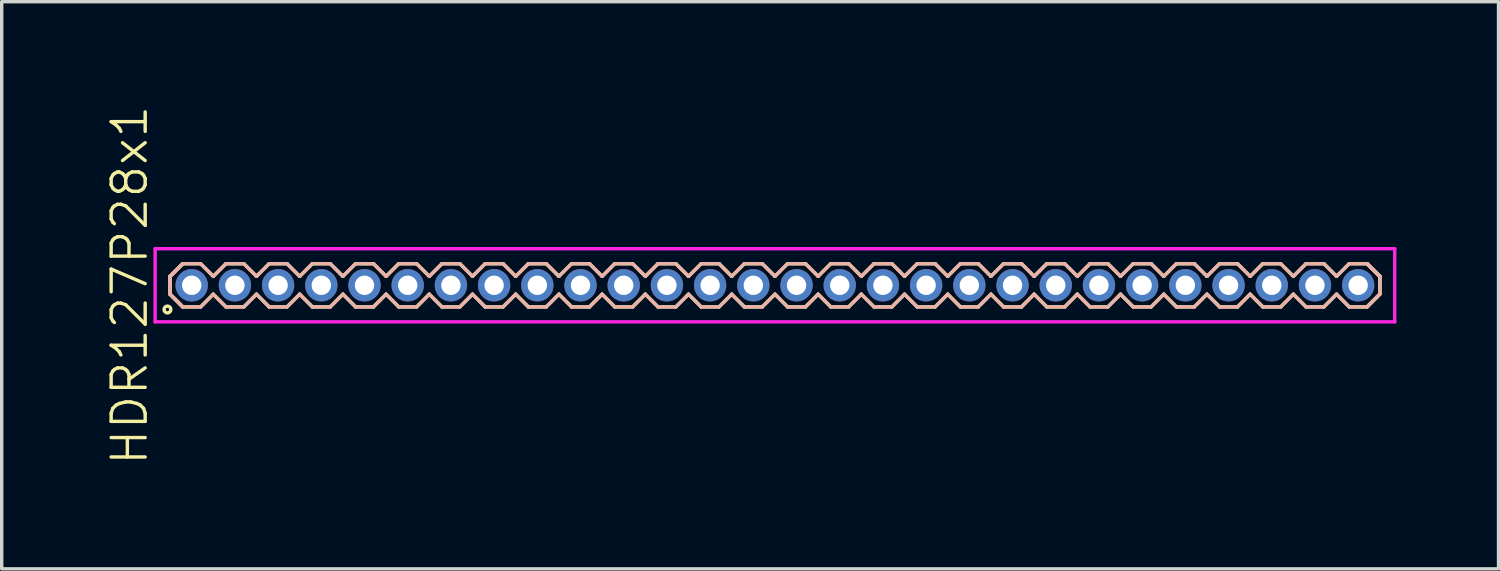
<source format=kicad_pcb>
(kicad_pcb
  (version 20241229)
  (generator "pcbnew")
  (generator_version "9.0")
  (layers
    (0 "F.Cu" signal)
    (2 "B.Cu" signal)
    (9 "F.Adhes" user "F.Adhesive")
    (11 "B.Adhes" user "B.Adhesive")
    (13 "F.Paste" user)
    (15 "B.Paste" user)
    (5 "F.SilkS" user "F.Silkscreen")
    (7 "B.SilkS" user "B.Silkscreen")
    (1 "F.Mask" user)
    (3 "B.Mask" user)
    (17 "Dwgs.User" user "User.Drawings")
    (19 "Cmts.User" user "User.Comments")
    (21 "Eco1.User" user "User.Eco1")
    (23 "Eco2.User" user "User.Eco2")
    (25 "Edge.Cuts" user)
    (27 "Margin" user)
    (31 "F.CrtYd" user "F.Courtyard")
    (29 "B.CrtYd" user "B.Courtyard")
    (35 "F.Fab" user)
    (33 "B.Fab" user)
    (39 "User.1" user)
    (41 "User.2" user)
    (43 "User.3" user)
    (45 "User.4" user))
  (footprint "HDR127P28x1"
    (layer "F.Cu")
    (at 19.73 5.336)
    (property "Reference" "HDR127P28x1" (at -18.97 0 90) (layer "F.SilkS") (effects (font (size 1 1) (thickness 0.1))))
    (attr through_hole)
    (fp_line (start -17.78 -0.263) (end -17.408 -0.635) (stroke (width 0.1) (type solid)) (layer "F.SilkS"))
    (fp_line (start -17.78 -0.263) (end -17.408 -0.635) (stroke (width 0.1) (type solid)) (layer "F.SilkS"))
    (fp_line (start -17.78 0.263) (end -17.78 -0.263) (stroke (width 0.1) (type solid)) (layer "F.SilkS"))
    (fp_line (start -17.78 0.263) (end -17.78 -0.263) (stroke (width 0.1) (type solid)) (layer "F.SilkS"))
    (fp_line (start -17.408 -0.635) (end -16.882 -0.635) (stroke (width 0.1) (type solid)) (layer "F.SilkS"))
    (fp_line (start -17.408 0.635) (end -17.78 0.263) (stroke (width 0.1) (type solid)) (layer "F.SilkS"))
    (fp_line (start -17.408 0.635) (end -17.78 0.263) (stroke (width 0.1) (type solid)) (layer "F.SilkS"))
    (fp_line (start -16.882 -0.635) (end -16.51 -0.263) (stroke (width 0.1) (type solid)) (layer "F.SilkS"))
    (fp_line (start -16.882 0.635) (end -17.408 0.635) (stroke (width 0.1) (type solid)) (layer "F.SilkS"))
    (fp_line (start -16.51 -0.263) (end -16.138 -0.635) (stroke (width 0.1) (type solid)) (layer "F.SilkS"))
    (fp_line (start -16.51 0.263) (end -16.882 0.635) (stroke (width 0.1) (type solid)) (layer "F.SilkS"))
    (fp_line (start -16.138 -0.635) (end -15.612 -0.635) (stroke (width 0.1) (type solid)) (layer "F.SilkS"))
    (fp_line (start -16.138 0.635) (end -16.51 0.263) (stroke (width 0.1) (type solid)) (layer "F.SilkS"))
    (fp_line (start -15.612 -0.635) (end -15.24 -0.263) (stroke (width 0.1) (type solid)) (layer "F.SilkS"))
    (fp_line (start -15.612 0.635) (end -16.138 0.635) (stroke (width 0.1) (type solid)) (layer "F.SilkS"))
    (fp_line (start -15.24 -0.263) (end -14.868 -0.635) (stroke (width 0.1) (type solid)) (layer "F.SilkS"))
    (fp_line (start -15.24 0.263) (end -15.612 0.635) (stroke (width 0.1) (type solid)) (layer "F.SilkS"))
    (fp_line (start -14.868 -0.635) (end -14.342 -0.635) (stroke (width 0.1) (type solid)) (layer "F.SilkS"))
    (fp_line (start -14.868 0.635) (end -15.24 0.263) (stroke (width 0.1) (type solid)) (layer "F.SilkS"))
    (fp_line (start -14.342 -0.635) (end -13.97 -0.263) (stroke (width 0.1) (type solid)) (layer "F.SilkS"))
    (fp_line (start -14.342 0.635) (end -14.868 0.635) (stroke (width 0.1) (type solid)) (layer "F.SilkS"))
    (fp_line (start -13.97 -0.263) (end -13.598 -0.635) (stroke (width 0.1) (type solid)) (layer "F.SilkS"))
    (fp_line (start -13.97 0.263) (end -14.342 0.635) (stroke (width 0.1) (type solid)) (layer "F.SilkS"))
    (fp_line (start -13.598 -0.635) (end -13.072 -0.635) (stroke (width 0.1) (type solid)) (layer "F.SilkS"))
    (fp_line (start -13.598 0.635) (end -13.97 0.263) (stroke (width 0.1) (type solid)) (layer "F.SilkS"))
    (fp_line (start -13.072 -0.635) (end -12.7 -0.263) (stroke (width 0.1) (type solid)) (layer "F.SilkS"))
    (fp_line (start -13.072 0.635) (end -13.598 0.635) (stroke (width 0.1) (type solid)) (layer "F.SilkS"))
    (fp_line (start -12.7 -0.263) (end -12.328 -0.635) (stroke (width 0.1) (type solid)) (layer "F.SilkS"))
    (fp_line (start -12.7 0.263) (end -13.072 0.635) (stroke (width 0.1) (type solid)) (layer "F.SilkS"))
    (fp_line (start -12.328 -0.635) (end -11.802 -0.635) (stroke (width 0.1) (type solid)) (layer "F.SilkS"))
    (fp_line (start -12.328 0.635) (end -12.7 0.263) (stroke (width 0.1) (type solid)) (layer "F.SilkS"))
    (fp_line (start -11.802 -0.635) (end -11.43 -0.263) (stroke (width 0.1) (type solid)) (layer "F.SilkS"))
    (fp_line (start -11.802 0.635) (end -12.328 0.635) (stroke (width 0.1) (type solid)) (layer "F.SilkS"))
    (fp_line (start -11.43 -0.263) (end -11.058 -0.635) (stroke (width 0.1) (type solid)) (layer "F.SilkS"))
    (fp_line (start -11.43 0.263) (end -11.802 0.635) (stroke (width 0.1) (type solid)) (layer "F.SilkS"))
    (fp_line (start -11.058 -0.635) (end -10.532 -0.635) (stroke (width 0.1) (type solid)) (layer "F.SilkS"))
    (fp_line (start -11.058 0.635) (end -11.43 0.263) (stroke (width 0.1) (type solid)) (layer "F.SilkS"))
    (fp_line (start -10.532 -0.635) (end -10.16 -0.263) (stroke (width 0.1) (type solid)) (layer "F.SilkS"))
    (fp_line (start -10.532 0.635) (end -11.058 0.635) (stroke (width 0.1) (type solid)) (layer "F.SilkS"))
    (fp_line (start -10.16 -0.263) (end -9.788 -0.635) (stroke (width 0.1) (type solid)) (layer "F.SilkS"))
    (fp_line (start -10.16 0.263) (end -10.532 0.635) (stroke (width 0.1) (type solid)) (layer "F.SilkS"))
    (fp_line (start -9.788 -0.635) (end -9.262 -0.635) (stroke (width 0.1) (type solid)) (layer "F.SilkS"))
    (fp_line (start -9.788 0.635) (end -10.16 0.263) (stroke (width 0.1) (type solid)) (layer "F.SilkS"))
    (fp_line (start -9.262 -0.635) (end -8.89 -0.263) (stroke (width 0.1) (type solid)) (layer "F.SilkS"))
    (fp_line (start -9.262 0.635) (end -9.788 0.635) (stroke (width 0.1) (type solid)) (layer "F.SilkS"))
    (fp_line (start -8.89 -0.263) (end -8.518 -0.635) (stroke (width 0.1) (type solid)) (layer "F.SilkS"))
    (fp_line (start -8.89 0.263) (end -9.262 0.635) (stroke (width 0.1) (type solid)) (layer "F.SilkS"))
    (fp_line (start -8.518 -0.635) (end -7.992 -0.635) (stroke (width 0.1) (type solid)) (layer "F.SilkS"))
    (fp_line (start -8.518 0.635) (end -8.89 0.263) (stroke (width 0.1) (type solid)) (layer "F.SilkS"))
    (fp_line (start -7.992 -0.635) (end -7.62 -0.263) (stroke (width 0.1) (type solid)) (layer "F.SilkS"))
    (fp_line (start -7.992 0.635) (end -8.518 0.635) (stroke (width 0.1) (type solid)) (layer "F.SilkS"))
    (fp_line (start -7.62 -0.263) (end -7.248 -0.635) (stroke (width 0.1) (type solid)) (layer "F.SilkS"))
    (fp_line (start -7.62 0.263) (end -7.992 0.635) (stroke (width 0.1) (type solid)) (layer "F.SilkS"))
    (fp_line (start -7.248 -0.635) (end -6.722 -0.635) (stroke (width 0.1) (type solid)) (layer "F.SilkS"))
    (fp_line (start -7.248 0.635) (end -7.62 0.263) (stroke (width 0.1) (type solid)) (layer "F.SilkS"))
    (fp_line (start -6.722 -0.635) (end -6.35 -0.263) (stroke (width 0.1) (type solid)) (layer "F.SilkS"))
    (fp_line (start -6.722 0.635) (end -7.248 0.635) (stroke (width 0.1) (type solid)) (layer "F.SilkS"))
    (fp_line (start -6.35 -0.263) (end -5.978 -0.635) (stroke (width 0.1) (type solid)) (layer "F.SilkS"))
    (fp_line (start -6.35 0.263) (end -6.722 0.635) (stroke (width 0.1) (type solid)) (layer "F.SilkS"))
    (fp_line (start -5.978 -0.635) (end -5.452 -0.635) (stroke (width 0.1) (type solid)) (layer "F.SilkS"))
    (fp_line (start -5.978 0.635) (end -6.35 0.263) (stroke (width 0.1) (type solid)) (layer "F.SilkS"))
    (fp_line (start -5.452 -0.635) (end -5.08 -0.263) (stroke (width 0.1) (type solid)) (layer "F.SilkS"))
    (fp_line (start -5.452 0.635) (end -5.978 0.635) (stroke (width 0.1) (type solid)) (layer "F.SilkS"))
    (fp_line (start -5.08 -0.263) (end -4.708 -0.635) (stroke (width 0.1) (type solid)) (layer "F.SilkS"))
    (fp_line (start -5.08 0.263) (end -5.452 0.635) (stroke (width 0.1) (type solid)) (layer "F.SilkS"))
    (fp_line (start -4.708 -0.635) (end -4.182 -0.635) (stroke (width 0.1) (type solid)) (layer "F.SilkS"))
    (fp_line (start -4.708 0.635) (end -5.08 0.263) (stroke (width 0.1) (type solid)) (layer "F.SilkS"))
    (fp_line (start -4.182 -0.635) (end -3.81 -0.263) (stroke (width 0.1) (type solid)) (layer "F.SilkS"))
    (fp_line (start -4.182 0.635) (end -4.708 0.635) (stroke (width 0.1) (type solid)) (layer "F.SilkS"))
    (fp_line (start -3.81 -0.263) (end -3.438 -0.635) (stroke (width 0.1) (type solid)) (layer "F.SilkS"))
    (fp_line (start -3.81 0.263) (end -4.182 0.635) (stroke (width 0.1) (type solid)) (layer "F.SilkS"))
    (fp_line (start -3.438 -0.635) (end -2.912 -0.635) (stroke (width 0.1) (type solid)) (layer "F.SilkS"))
    (fp_line (start -3.438 0.635) (end -3.81 0.263) (stroke (width 0.1) (type solid)) (layer "F.SilkS"))
    (fp_line (start -2.912 -0.635) (end -2.54 -0.263) (stroke (width 0.1) (type solid)) (layer "F.SilkS"))
    (fp_line (start -2.912 0.635) (end -3.438 0.635) (stroke (width 0.1) (type solid)) (layer "F.SilkS"))
    (fp_line (start -2.54 -0.263) (end -2.168 -0.635) (stroke (width 0.1) (type solid)) (layer "F.SilkS"))
    (fp_line (start -2.54 0.263) (end -2.912 0.635) (stroke (width 0.1) (type solid)) (layer "F.SilkS"))
    (fp_line (start -2.168 -0.635) (end -1.642 -0.635) (stroke (width 0.1) (type solid)) (layer "F.SilkS"))
    (fp_line (start -2.168 0.635) (end -2.54 0.263) (stroke (width 0.1) (type solid)) (layer "F.SilkS"))
    (fp_line (start -1.642 -0.635) (end -1.27 -0.263) (stroke (width 0.1) (type solid)) (layer "F.SilkS"))
    (fp_line (start -1.642 0.635) (end -2.168 0.635) (stroke (width 0.1) (type solid)) (layer "F.SilkS"))
    (fp_line (start -1.27 -0.263) (end -0.898 -0.635) (stroke (width 0.1) (type solid)) (layer "F.SilkS"))
    (fp_line (start -1.27 0.263) (end -1.642 0.635) (stroke (width 0.1) (type solid)) (layer "F.SilkS"))
    (fp_line (start -0.898 -0.635) (end -0.372 -0.635) (stroke (width 0.1) (type solid)) (layer "F.SilkS"))
    (fp_line (start -0.898 0.635) (end -1.27 0.263) (stroke (width 0.1) (type solid)) (layer "F.SilkS"))
    (fp_line (start -0.372 -0.635) (end 0 -0.263) (stroke (width 0.1) (type solid)) (layer "F.SilkS"))
    (fp_line (start -0.372 0.635) (end -0.898 0.635) (stroke (width 0.1) (type solid)) (layer "F.SilkS"))
    (fp_line (start 0 -0.263) (end 0.372 -0.635) (stroke (width 0.1) (type solid)) (layer "F.SilkS"))
    (fp_line (start 0 0.263) (end -0.372 0.635) (stroke (width 0.1) (type solid)) (layer "F.SilkS"))
    (fp_line (start 0.372 -0.635) (end 0.898 -0.635) (stroke (width 0.1) (type solid)) (layer "F.SilkS"))
    (fp_line (start 0.372 0.635) (end 0 0.263) (stroke (width 0.1) (type solid)) (layer "F.SilkS"))
    (fp_line (start 0.898 -0.635) (end 1.27 -0.263) (stroke (width 0.1) (type solid)) (layer "F.SilkS"))
    (fp_line (start 0.898 0.635) (end 0.372 0.635) (stroke (width 0.1) (type solid)) (layer "F.SilkS"))
    (fp_line (start 1.27 -0.263) (end 1.642 -0.635) (stroke (width 0.1) (type solid)) (layer "F.SilkS"))
    (fp_line (start 1.27 0.263) (end 0.898 0.635) (stroke (width 0.1) (type solid)) (layer "F.SilkS"))
    (fp_line (start 1.642 -0.635) (end 2.168 -0.635) (stroke (width 0.1) (type solid)) (layer "F.SilkS"))
    (fp_line (start 1.642 0.635) (end 1.27 0.263) (stroke (width 0.1) (type solid)) (layer "F.SilkS"))
    (fp_line (start 2.168 -0.635) (end 2.54 -0.263) (stroke (width 0.1) (type solid)) (layer "F.SilkS"))
    (fp_line (start 2.168 0.635) (end 1.642 0.635) (stroke (width 0.1) (type solid)) (layer "F.SilkS"))
    (fp_line (start 2.54 -0.263) (end 2.912 -0.635) (stroke (width 0.1) (type solid)) (layer "F.SilkS"))
    (fp_line (start 2.54 0.263) (end 2.168 0.635) (stroke (width 0.1) (type solid)) (layer "F.SilkS"))
    (fp_line (start 2.912 -0.635) (end 3.438 -0.635) (stroke (width 0.1) (type solid)) (layer "F.SilkS"))
    (fp_line (start 2.912 0.635) (end 2.54 0.263) (stroke (width 0.1) (type solid)) (layer "F.SilkS"))
    (fp_line (start 3.438 -0.635) (end 3.81 -0.263) (stroke (width 0.1) (type solid)) (layer "F.SilkS"))
    (fp_line (start 3.438 0.635) (end 2.912 0.635) (stroke (width 0.1) (type solid)) (layer "F.SilkS"))
    (fp_line (start 3.81 -0.263) (end 4.182 -0.635) (stroke (width 0.1) (type solid)) (layer "F.SilkS"))
    (fp_line (start 3.81 0.263) (end 3.438 0.635) (stroke (width 0.1) (type solid)) (layer "F.SilkS"))
    (fp_line (start 4.182 -0.635) (end 4.708 -0.635) (stroke (width 0.1) (type solid)) (layer "F.SilkS"))
    (fp_line (start 4.182 0.635) (end 3.81 0.263) (stroke (width 0.1) (type solid)) (layer "F.SilkS"))
    (fp_line (start 4.708 -0.635) (end 5.08 -0.263) (stroke (width 0.1) (type solid)) (layer "F.SilkS"))
    (fp_line (start 4.708 0.635) (end 4.182 0.635) (stroke (width 0.1) (type solid)) (layer "F.SilkS"))
    (fp_line (start 5.08 -0.263) (end 5.452 -0.635) (stroke (width 0.1) (type solid)) (layer "F.SilkS"))
    (fp_line (start 5.08 0.263) (end 4.708 0.635) (stroke (width 0.1) (type solid)) (layer "F.SilkS"))
    (fp_line (start 5.452 -0.635) (end 5.978 -0.635) (stroke (width 0.1) (type solid)) (layer "F.SilkS"))
    (fp_line (start 5.452 0.635) (end 5.08 0.263) (stroke (width 0.1) (type solid)) (layer "F.SilkS"))
    (fp_line (start 5.978 -0.635) (end 6.35 -0.263) (stroke (width 0.1) (type solid)) (layer "F.SilkS"))
    (fp_line (start 5.978 0.635) (end 5.452 0.635) (stroke (width 0.1) (type solid)) (layer "F.SilkS"))
    (fp_line (start 6.35 -0.263) (end 6.722 -0.635) (stroke (width 0.1) (type solid)) (layer "F.SilkS"))
    (fp_line (start 6.35 0.263) (end 5.978 0.635) (stroke (width 0.1) (type solid)) (layer "F.SilkS"))
    (fp_line (start 6.722 -0.635) (end 7.248 -0.635) (stroke (width 0.1) (type solid)) (layer "F.SilkS"))
    (fp_line (start 6.722 0.635) (end 6.35 0.263) (stroke (width 0.1) (type solid)) (layer "F.SilkS"))
    (fp_line (start 7.248 -0.635) (end 7.62 -0.263) (stroke (width 0.1) (type solid)) (layer "F.SilkS"))
    (fp_line (start 7.248 0.635) (end 6.722 0.635) (stroke (width 0.1) (type solid)) (layer "F.SilkS"))
    (fp_line (start 7.62 -0.263) (end 7.992 -0.635) (stroke (width 0.1) (type solid)) (layer "F.SilkS"))
    (fp_line (start 7.62 0.263) (end 7.248 0.635) (stroke (width 0.1) (type solid)) (layer "F.SilkS"))
    (fp_line (start 7.992 -0.635) (end 8.518 -0.635) (stroke (width 0.1) (type solid)) (layer "F.SilkS"))
    (fp_line (start 7.992 0.635) (end 7.62 0.263) (stroke (width 0.1) (type solid)) (layer "F.SilkS"))
    (fp_line (start 8.518 -0.635) (end 8.89 -0.263) (stroke (width 0.1) (type solid)) (layer "F.SilkS"))
    (fp_line (start 8.518 0.635) (end 7.992 0.635) (stroke (width 0.1) (type solid)) (layer "F.SilkS"))
    (fp_line (start 8.89 -0.263) (end 9.262 -0.635) (stroke (width 0.1) (type solid)) (layer "F.SilkS"))
    (fp_line (start 8.89 0.263) (end 8.518 0.635) (stroke (width 0.1) (type solid)) (layer "F.SilkS"))
    (fp_line (start 9.262 -0.635) (end 9.788 -0.635) (stroke (width 0.1) (type solid)) (layer "F.SilkS"))
    (fp_line (start 9.262 0.635) (end 8.89 0.263) (stroke (width 0.1) (type solid)) (layer "F.SilkS"))
    (fp_line (start 9.788 -0.635) (end 10.16 -0.263) (stroke (width 0.1) (type solid)) (layer "F.SilkS"))
    (fp_line (start 9.788 0.635) (end 9.262 0.635) (stroke (width 0.1) (type solid)) (layer "F.SilkS"))
    (fp_line (start 10.16 -0.263) (end 10.532 -0.635) (stroke (width 0.1) (type solid)) (layer "F.SilkS"))
    (fp_line (start 10.16 0.263) (end 9.788 0.635) (stroke (width 0.1) (type solid)) (layer "F.SilkS"))
    (fp_line (start 10.532 -0.635) (end 11.058 -0.635) (stroke (width 0.1) (type solid)) (layer "F.SilkS"))
    (fp_line (start 10.532 0.635) (end 10.16 0.263) (stroke (width 0.1) (type solid)) (layer "F.SilkS"))
    (fp_line (start 11.058 -0.635) (end 11.43 -0.263) (stroke (width 0.1) (type solid)) (layer "F.SilkS"))
    (fp_line (start 11.058 0.635) (end 10.532 0.635) (stroke (width 0.1) (type solid)) (layer "F.SilkS"))
    (fp_line (start 11.43 -0.263) (end 11.802 -0.635) (stroke (width 0.1) (type solid)) (layer "F.SilkS"))
    (fp_line (start 11.43 0.263) (end 11.058 0.635) (stroke (width 0.1) (type solid)) (layer "F.SilkS"))
    (fp_line (start 11.802 -0.635) (end 12.328 -0.635) (stroke (width 0.1) (type solid)) (layer "F.SilkS"))
    (fp_line (start 11.802 0.635) (end 11.43 0.263) (stroke (width 0.1) (type solid)) (layer "F.SilkS"))
    (fp_line (start 12.328 -0.635) (end 12.7 -0.263) (stroke (width 0.1) (type solid)) (layer "F.SilkS"))
    (fp_line (start 12.328 0.635) (end 11.802 0.635) (stroke (width 0.1) (type solid)) (layer "F.SilkS"))
    (fp_line (start 12.7 -0.263) (end 13.072 -0.635) (stroke (width 0.1) (type solid)) (layer "F.SilkS"))
    (fp_line (start 12.7 0.263) (end 12.328 0.635) (stroke (width 0.1) (type solid)) (layer "F.SilkS"))
    (fp_line (start 13.072 -0.635) (end 13.598 -0.635) (stroke (width 0.1) (type solid)) (layer "F.SilkS"))
    (fp_line (start 13.072 0.635) (end 12.7 0.263) (stroke (width 0.1) (type solid)) (layer "F.SilkS"))
    (fp_line (start 13.598 -0.635) (end 13.97 -0.263) (stroke (width 0.1) (type solid)) (layer "F.SilkS"))
    (fp_line (start 13.598 0.635) (end 13.072 0.635) (stroke (width 0.1) (type solid)) (layer "F.SilkS"))
    (fp_line (start 13.97 -0.263) (end 14.342 -0.635) (stroke (width 0.1) (type solid)) (layer "F.SilkS"))
    (fp_line (start 13.97 0.263) (end 13.598 0.635) (stroke (width 0.1) (type solid)) (layer "F.SilkS"))
    (fp_line (start 14.342 -0.635) (end 14.868 -0.635) (stroke (width 0.1) (type solid)) (layer "F.SilkS"))
    (fp_line (start 14.342 0.635) (end 13.97 0.263) (stroke (width 0.1) (type solid)) (layer "F.SilkS"))
    (fp_line (start 14.868 -0.635) (end 15.24 -0.263) (stroke (width 0.1) (type solid)) (layer "F.SilkS"))
    (fp_line (start 14.868 0.635) (end 14.342 0.635) (stroke (width 0.1) (type solid)) (layer "F.SilkS"))
    (fp_line (start 15.24 -0.263) (end 15.612 -0.635) (stroke (width 0.1) (type solid)) (layer "F.SilkS"))
    (fp_line (start 15.24 0.263) (end 14.868 0.635) (stroke (width 0.1) (type solid)) (layer "F.SilkS"))
    (fp_line (start 15.612 -0.635) (end 16.138 -0.635) (stroke (width 0.1) (type solid)) (layer "F.SilkS"))
    (fp_line (start 15.612 0.635) (end 15.24 0.263) (stroke (width 0.1) (type solid)) (layer "F.SilkS"))
    (fp_line (start 16.138 -0.635) (end 16.51 -0.263) (stroke (width 0.1) (type solid)) (layer "F.SilkS"))
    (fp_line (start 16.138 0.635) (end 15.612 0.635) (stroke (width 0.1) (type solid)) (layer "F.SilkS"))
    (fp_line (start 16.51 -0.263) (end 16.882 -0.635) (stroke (width 0.1) (type solid)) (layer "F.SilkS"))
    (fp_line (start 16.51 0.263) (end 16.138 0.635) (stroke (width 0.1) (type solid)) (layer "F.SilkS"))
    (fp_line (start 16.882 -0.635) (end 17.408 -0.635) (stroke (width 0.1) (type solid)) (layer "F.SilkS"))
    (fp_line (start 16.882 0.635) (end 16.51 0.263) (stroke (width 0.1) (type solid)) (layer "F.SilkS"))
    (fp_line (start 17.408 -0.635) (end 17.78 -0.263) (stroke (width 0.1) (type solid)) (layer "F.SilkS"))
    (fp_line (start 17.408 -0.635) (end 17.78 -0.263) (stroke (width 0.1) (type solid)) (layer "F.SilkS"))
    (fp_line (start 17.408 0.635) (end 16.882 0.635) (stroke (width 0.1) (type solid)) (layer "F.SilkS"))
    (fp_line (start 17.78 -0.263) (end 17.78 0.263) (stroke (width 0.1) (type solid)) (layer "F.SilkS"))
    (fp_line (start 17.78 -0.263) (end 17.78 0.263) (stroke (width 0.1) (type solid)) (layer "F.SilkS"))
    (fp_line (start 17.78 0.263) (end 17.408 0.635) (stroke (width 0.1) (type solid)) (layer "F.SilkS"))
    (fp_line (start 17.78 0.263) (end 17.408 0.635) (stroke (width 0.1) (type solid)) (layer "F.SilkS"))
    (fp_circle (center -17.858 0.712) (end -17.758 0.712) (stroke (width 0.1) (type solid)) (fill no) (layer "F.SilkS"))
    (fp_line (start -17.78 -0.263) (end -17.408 -0.635) (stroke (width 0.1) (type solid)) (layer "B.SilkS"))
    (fp_line (start -17.78 -0.263) (end -17.408 -0.635) (stroke (width 0.1) (type solid)) (layer "B.SilkS"))
    (fp_line (start -17.78 0.263) (end -17.78 -0.263) (stroke (width 0.1) (type solid)) (layer "B.SilkS"))
    (fp_line (start -17.78 0.263) (end -17.78 -0.263) (stroke (width 0.1) (type solid)) (layer "B.SilkS"))
    (fp_line (start -17.408 -0.635) (end -16.882 -0.635) (stroke (width 0.1) (type solid)) (layer "B.SilkS"))
    (fp_line (start -17.408 0.635) (end -17.78 0.263) (stroke (width 0.1) (type solid)) (layer "B.SilkS"))
    (fp_line (start -17.408 0.635) (end -17.78 0.263) (stroke (width 0.1) (type solid)) (layer "B.SilkS"))
    (fp_line (start -16.882 -0.635) (end -16.51 -0.263) (stroke (width 0.1) (type solid)) (layer "B.SilkS"))
    (fp_line (start -16.882 0.635) (end -17.408 0.635) (stroke (width 0.1) (type solid)) (layer "B.SilkS"))
    (fp_line (start -16.51 -0.263) (end -16.138 -0.635) (stroke (width 0.1) (type solid)) (layer "B.SilkS"))
    (fp_line (start -16.51 0.263) (end -16.882 0.635) (stroke (width 0.1) (type solid)) (layer "B.SilkS"))
    (fp_line (start -16.138 -0.635) (end -15.612 -0.635) (stroke (width 0.1) (type solid)) (layer "B.SilkS"))
    (fp_line (start -16.138 0.635) (end -16.51 0.263) (stroke (width 0.1) (type solid)) (layer "B.SilkS"))
    (fp_line (start -15.612 -0.635) (end -15.24 -0.263) (stroke (width 0.1) (type solid)) (layer "B.SilkS"))
    (fp_line (start -15.612 0.635) (end -16.138 0.635) (stroke (width 0.1) (type solid)) (layer "B.SilkS"))
    (fp_line (start -15.24 -0.263) (end -14.868 -0.635) (stroke (width 0.1) (type solid)) (layer "B.SilkS"))
    (fp_line (start -15.24 0.263) (end -15.612 0.635) (stroke (width 0.1) (type solid)) (layer "B.SilkS"))
    (fp_line (start -14.868 -0.635) (end -14.342 -0.635) (stroke (width 0.1) (type solid)) (layer "B.SilkS"))
    (fp_line (start -14.868 0.635) (end -15.24 0.263) (stroke (width 0.1) (type solid)) (layer "B.SilkS"))
    (fp_line (start -14.342 -0.635) (end -13.97 -0.263) (stroke (width 0.1) (type solid)) (layer "B.SilkS"))
    (fp_line (start -14.342 0.635) (end -14.868 0.635) (stroke (width 0.1) (type solid)) (layer "B.SilkS"))
    (fp_line (start -13.97 -0.263) (end -13.598 -0.635) (stroke (width 0.1) (type solid)) (layer "B.SilkS"))
    (fp_line (start -13.97 0.263) (end -14.342 0.635) (stroke (width 0.1) (type solid)) (layer "B.SilkS"))
    (fp_line (start -13.598 -0.635) (end -13.072 -0.635) (stroke (width 0.1) (type solid)) (layer "B.SilkS"))
    (fp_line (start -13.598 0.635) (end -13.97 0.263) (stroke (width 0.1) (type solid)) (layer "B.SilkS"))
    (fp_line (start -13.072 -0.635) (end -12.7 -0.263) (stroke (width 0.1) (type solid)) (layer "B.SilkS"))
    (fp_line (start -13.072 0.635) (end -13.598 0.635) (stroke (width 0.1) (type solid)) (layer "B.SilkS"))
    (fp_line (start -12.7 -0.263) (end -12.328 -0.635) (stroke (width 0.1) (type solid)) (layer "B.SilkS"))
    (fp_line (start -12.7 0.263) (end -13.072 0.635) (stroke (width 0.1) (type solid)) (layer "B.SilkS"))
    (fp_line (start -12.328 -0.635) (end -11.802 -0.635) (stroke (width 0.1) (type solid)) (layer "B.SilkS"))
    (fp_line (start -12.328 0.635) (end -12.7 0.263) (stroke (width 0.1) (type solid)) (layer "B.SilkS"))
    (fp_line (start -11.802 -0.635) (end -11.43 -0.263) (stroke (width 0.1) (type solid)) (layer "B.SilkS"))
    (fp_line (start -11.802 0.635) (end -12.328 0.635) (stroke (width 0.1) (type solid)) (layer "B.SilkS"))
    (fp_line (start -11.43 -0.263) (end -11.058 -0.635) (stroke (width 0.1) (type solid)) (layer "B.SilkS"))
    (fp_line (start -11.43 0.263) (end -11.802 0.635) (stroke (width 0.1) (type solid)) (layer "B.SilkS"))
    (fp_line (start -11.058 -0.635) (end -10.532 -0.635) (stroke (width 0.1) (type solid)) (layer "B.SilkS"))
    (fp_line (start -11.058 0.635) (end -11.43 0.263) (stroke (width 0.1) (type solid)) (layer "B.SilkS"))
    (fp_line (start -10.532 -0.635) (end -10.16 -0.263) (stroke (width 0.1) (type solid)) (layer "B.SilkS"))
    (fp_line (start -10.532 0.635) (end -11.058 0.635) (stroke (width 0.1) (type solid)) (layer "B.SilkS"))
    (fp_line (start -10.16 -0.263) (end -9.788 -0.635) (stroke (width 0.1) (type solid)) (layer "B.SilkS"))
    (fp_line (start -10.16 0.263) (end -10.532 0.635) (stroke (width 0.1) (type solid)) (layer "B.SilkS"))
    (fp_line (start -9.788 -0.635) (end -9.262 -0.635) (stroke (width 0.1) (type solid)) (layer "B.SilkS"))
    (fp_line (start -9.788 0.635) (end -10.16 0.263) (stroke (width 0.1) (type solid)) (layer "B.SilkS"))
    (fp_line (start -9.262 -0.635) (end -8.89 -0.263) (stroke (width 0.1) (type solid)) (layer "B.SilkS"))
    (fp_line (start -9.262 0.635) (end -9.788 0.635) (stroke (width 0.1) (type solid)) (layer "B.SilkS"))
    (fp_line (start -8.89 -0.263) (end -8.518 -0.635) (stroke (width 0.1) (type solid)) (layer "B.SilkS"))
    (fp_line (start -8.89 0.263) (end -9.262 0.635) (stroke (width 0.1) (type solid)) (layer "B.SilkS"))
    (fp_line (start -8.518 -0.635) (end -7.992 -0.635) (stroke (width 0.1) (type solid)) (layer "B.SilkS"))
    (fp_line (start -8.518 0.635) (end -8.89 0.263) (stroke (width 0.1) (type solid)) (layer "B.SilkS"))
    (fp_line (start -7.992 -0.635) (end -7.62 -0.263) (stroke (width 0.1) (type solid)) (layer "B.SilkS"))
    (fp_line (start -7.992 0.635) (end -8.518 0.635) (stroke (width 0.1) (type solid)) (layer "B.SilkS"))
    (fp_line (start -7.62 -0.263) (end -7.248 -0.635) (stroke (width 0.1) (type solid)) (layer "B.SilkS"))
    (fp_line (start -7.62 0.263) (end -7.992 0.635) (stroke (width 0.1) (type solid)) (layer "B.SilkS"))
    (fp_line (start -7.248 -0.635) (end -6.722 -0.635) (stroke (width 0.1) (type solid)) (layer "B.SilkS"))
    (fp_line (start -7.248 0.635) (end -7.62 0.263) (stroke (width 0.1) (type solid)) (layer "B.SilkS"))
    (fp_line (start -6.722 -0.635) (end -6.35 -0.263) (stroke (width 0.1) (type solid)) (layer "B.SilkS"))
    (fp_line (start -6.722 0.635) (end -7.248 0.635) (stroke (width 0.1) (type solid)) (layer "B.SilkS"))
    (fp_line (start -6.35 -0.263) (end -5.978 -0.635) (stroke (width 0.1) (type solid)) (layer "B.SilkS"))
    (fp_line (start -6.35 0.263) (end -6.722 0.635) (stroke (width 0.1) (type solid)) (layer "B.SilkS"))
    (fp_line (start -5.978 -0.635) (end -5.452 -0.635) (stroke (width 0.1) (type solid)) (layer "B.SilkS"))
    (fp_line (start -5.978 0.635) (end -6.35 0.263) (stroke (width 0.1) (type solid)) (layer "B.SilkS"))
    (fp_line (start -5.452 -0.635) (end -5.08 -0.263) (stroke (width 0.1) (type solid)) (layer "B.SilkS"))
    (fp_line (start -5.452 0.635) (end -5.978 0.635) (stroke (width 0.1) (type solid)) (layer "B.SilkS"))
    (fp_line (start -5.08 -0.263) (end -4.708 -0.635) (stroke (width 0.1) (type solid)) (layer "B.SilkS"))
    (fp_line (start -5.08 0.263) (end -5.452 0.635) (stroke (width 0.1) (type solid)) (layer "B.SilkS"))
    (fp_line (start -4.708 -0.635) (end -4.182 -0.635) (stroke (width 0.1) (type solid)) (layer "B.SilkS"))
    (fp_line (start -4.708 0.635) (end -5.08 0.263) (stroke (width 0.1) (type solid)) (layer "B.SilkS"))
    (fp_line (start -4.182 -0.635) (end -3.81 -0.263) (stroke (width 0.1) (type solid)) (layer "B.SilkS"))
    (fp_line (start -4.182 0.635) (end -4.708 0.635) (stroke (width 0.1) (type solid)) (layer "B.SilkS"))
    (fp_line (start -3.81 -0.263) (end -3.438 -0.635) (stroke (width 0.1) (type solid)) (layer "B.SilkS"))
    (fp_line (start -3.81 0.263) (end -4.182 0.635) (stroke (width 0.1) (type solid)) (layer "B.SilkS"))
    (fp_line (start -3.438 -0.635) (end -2.912 -0.635) (stroke (width 0.1) (type solid)) (layer "B.SilkS"))
    (fp_line (start -3.438 0.635) (end -3.81 0.263) (stroke (width 0.1) (type solid)) (layer "B.SilkS"))
    (fp_line (start -2.912 -0.635) (end -2.54 -0.263) (stroke (width 0.1) (type solid)) (layer "B.SilkS"))
    (fp_line (start -2.912 0.635) (end -3.438 0.635) (stroke (width 0.1) (type solid)) (layer "B.SilkS"))
    (fp_line (start -2.54 -0.263) (end -2.168 -0.635) (stroke (width 0.1) (type solid)) (layer "B.SilkS"))
    (fp_line (start -2.54 0.263) (end -2.912 0.635) (stroke (width 0.1) (type solid)) (layer "B.SilkS"))
    (fp_line (start -2.168 -0.635) (end -1.642 -0.635) (stroke (width 0.1) (type solid)) (layer "B.SilkS"))
    (fp_line (start -2.168 0.635) (end -2.54 0.263) (stroke (width 0.1) (type solid)) (layer "B.SilkS"))
    (fp_line (start -1.642 -0.635) (end -1.27 -0.263) (stroke (width 0.1) (type solid)) (layer "B.SilkS"))
    (fp_line (start -1.642 0.635) (end -2.168 0.635) (stroke (width 0.1) (type solid)) (layer "B.SilkS"))
    (fp_line (start -1.27 -0.263) (end -0.898 -0.635) (stroke (width 0.1) (type solid)) (layer "B.SilkS"))
    (fp_line (start -1.27 0.263) (end -1.642 0.635) (stroke (width 0.1) (type solid)) (layer "B.SilkS"))
    (fp_line (start -0.898 -0.635) (end -0.372 -0.635) (stroke (width 0.1) (type solid)) (layer "B.SilkS"))
    (fp_line (start -0.898 0.635) (end -1.27 0.263) (stroke (width 0.1) (type solid)) (layer "B.SilkS"))
    (fp_line (start -0.372 -0.635) (end 0 -0.263) (stroke (width 0.1) (type solid)) (layer "B.SilkS"))
    (fp_line (start -0.372 0.635) (end -0.898 0.635) (stroke (width 0.1) (type solid)) (layer "B.SilkS"))
    (fp_line (start 0 -0.263) (end 0.372 -0.635) (stroke (width 0.1) (type solid)) (layer "B.SilkS"))
    (fp_line (start 0 0.263) (end -0.372 0.635) (stroke (width 0.1) (type solid)) (layer "B.SilkS"))
    (fp_line (start 0.372 -0.635) (end 0.898 -0.635) (stroke (width 0.1) (type solid)) (layer "B.SilkS"))
    (fp_line (start 0.372 0.635) (end 0 0.263) (stroke (width 0.1) (type solid)) (layer "B.SilkS"))
    (fp_line (start 0.898 -0.635) (end 1.27 -0.263) (stroke (width 0.1) (type solid)) (layer "B.SilkS"))
    (fp_line (start 0.898 0.635) (end 0.372 0.635) (stroke (width 0.1) (type solid)) (layer "B.SilkS"))
    (fp_line (start 1.27 -0.263) (end 1.642 -0.635) (stroke (width 0.1) (type solid)) (layer "B.SilkS"))
    (fp_line (start 1.27 0.263) (end 0.898 0.635) (stroke (width 0.1) (type solid)) (layer "B.SilkS"))
    (fp_line (start 1.642 -0.635) (end 2.168 -0.635) (stroke (width 0.1) (type solid)) (layer "B.SilkS"))
    (fp_line (start 1.642 0.635) (end 1.27 0.263) (stroke (width 0.1) (type solid)) (layer "B.SilkS"))
    (fp_line (start 2.168 -0.635) (end 2.54 -0.263) (stroke (width 0.1) (type solid)) (layer "B.SilkS"))
    (fp_line (start 2.168 0.635) (end 1.642 0.635) (stroke (width 0.1) (type solid)) (layer "B.SilkS"))
    (fp_line (start 2.54 -0.263) (end 2.912 -0.635) (stroke (width 0.1) (type solid)) (layer "B.SilkS"))
    (fp_line (start 2.54 0.263) (end 2.168 0.635) (stroke (width 0.1) (type solid)) (layer "B.SilkS"))
    (fp_line (start 2.912 -0.635) (end 3.438 -0.635) (stroke (width 0.1) (type solid)) (layer "B.SilkS"))
    (fp_line (start 2.912 0.635) (end 2.54 0.263) (stroke (width 0.1) (type solid)) (layer "B.SilkS"))
    (fp_line (start 3.438 -0.635) (end 3.81 -0.263) (stroke (width 0.1) (type solid)) (layer "B.SilkS"))
    (fp_line (start 3.438 0.635) (end 2.912 0.635) (stroke (width 0.1) (type solid)) (layer "B.SilkS"))
    (fp_line (start 3.81 -0.263) (end 4.182 -0.635) (stroke (width 0.1) (type solid)) (layer "B.SilkS"))
    (fp_line (start 3.81 0.263) (end 3.438 0.635) (stroke (width 0.1) (type solid)) (layer "B.SilkS"))
    (fp_line (start 4.182 -0.635) (end 4.708 -0.635) (stroke (width 0.1) (type solid)) (layer "B.SilkS"))
    (fp_line (start 4.182 0.635) (end 3.81 0.263) (stroke (width 0.1) (type solid)) (layer "B.SilkS"))
    (fp_line (start 4.708 -0.635) (end 5.08 -0.263) (stroke (width 0.1) (type solid)) (layer "B.SilkS"))
    (fp_line (start 4.708 0.635) (end 4.182 0.635) (stroke (width 0.1) (type solid)) (layer "B.SilkS"))
    (fp_line (start 5.08 -0.263) (end 5.452 -0.635) (stroke (width 0.1) (type solid)) (layer "B.SilkS"))
    (fp_line (start 5.08 0.263) (end 4.708 0.635) (stroke (width 0.1) (type solid)) (layer "B.SilkS"))
    (fp_line (start 5.452 -0.635) (end 5.978 -0.635) (stroke (width 0.1) (type solid)) (layer "B.SilkS"))
    (fp_line (start 5.452 0.635) (end 5.08 0.263) (stroke (width 0.1) (type solid)) (layer "B.SilkS"))
    (fp_line (start 5.978 -0.635) (end 6.35 -0.263) (stroke (width 0.1) (type solid)) (layer "B.SilkS"))
    (fp_line (start 5.978 0.635) (end 5.452 0.635) (stroke (width 0.1) (type solid)) (layer "B.SilkS"))
    (fp_line (start 6.35 -0.263) (end 6.722 -0.635) (stroke (width 0.1) (type solid)) (layer "B.SilkS"))
    (fp_line (start 6.35 0.263) (end 5.978 0.635) (stroke (width 0.1) (type solid)) (layer "B.SilkS"))
    (fp_line (start 6.722 -0.635) (end 7.248 -0.635) (stroke (width 0.1) (type solid)) (layer "B.SilkS"))
    (fp_line (start 6.722 0.635) (end 6.35 0.263) (stroke (width 0.1) (type solid)) (layer "B.SilkS"))
    (fp_line (start 7.248 -0.635) (end 7.62 -0.263) (stroke (width 0.1) (type solid)) (layer "B.SilkS"))
    (fp_line (start 7.248 0.635) (end 6.722 0.635) (stroke (width 0.1) (type solid)) (layer "B.SilkS"))
    (fp_line (start 7.62 -0.263) (end 7.992 -0.635) (stroke (width 0.1) (type solid)) (layer "B.SilkS"))
    (fp_line (start 7.62 0.263) (end 7.248 0.635) (stroke (width 0.1) (type solid)) (layer "B.SilkS"))
    (fp_line (start 7.992 -0.635) (end 8.518 -0.635) (stroke (width 0.1) (type solid)) (layer "B.SilkS"))
    (fp_line (start 7.992 0.635) (end 7.62 0.263) (stroke (width 0.1) (type solid)) (layer "B.SilkS"))
    (fp_line (start 8.518 -0.635) (end 8.89 -0.263) (stroke (width 0.1) (type solid)) (layer "B.SilkS"))
    (fp_line (start 8.518 0.635) (end 7.992 0.635) (stroke (width 0.1) (type solid)) (layer "B.SilkS"))
    (fp_line (start 8.89 -0.263) (end 9.262 -0.635) (stroke (width 0.1) (type solid)) (layer "B.SilkS"))
    (fp_line (start 8.89 0.263) (end 8.518 0.635) (stroke (width 0.1) (type solid)) (layer "B.SilkS"))
    (fp_line (start 9.262 -0.635) (end 9.788 -0.635) (stroke (width 0.1) (type solid)) (layer "B.SilkS"))
    (fp_line (start 9.262 0.635) (end 8.89 0.263) (stroke (width 0.1) (type solid)) (layer "B.SilkS"))
    (fp_line (start 9.788 -0.635) (end 10.16 -0.263) (stroke (width 0.1) (type solid)) (layer "B.SilkS"))
    (fp_line (start 9.788 0.635) (end 9.262 0.635) (stroke (width 0.1) (type solid)) (layer "B.SilkS"))
    (fp_line (start 10.16 -0.263) (end 10.532 -0.635) (stroke (width 0.1) (type solid)) (layer "B.SilkS"))
    (fp_line (start 10.16 0.263) (end 9.788 0.635) (stroke (width 0.1) (type solid)) (layer "B.SilkS"))
    (fp_line (start 10.532 -0.635) (end 11.058 -0.635) (stroke (width 0.1) (type solid)) (layer "B.SilkS"))
    (fp_line (start 10.532 0.635) (end 10.16 0.263) (stroke (width 0.1) (type solid)) (layer "B.SilkS"))
    (fp_line (start 11.058 -0.635) (end 11.43 -0.263) (stroke (width 0.1) (type solid)) (layer "B.SilkS"))
    (fp_line (start 11.058 0.635) (end 10.532 0.635) (stroke (width 0.1) (type solid)) (layer "B.SilkS"))
    (fp_line (start 11.43 -0.263) (end 11.802 -0.635) (stroke (width 0.1) (type solid)) (layer "B.SilkS"))
    (fp_line (start 11.43 0.263) (end 11.058 0.635) (stroke (width 0.1) (type solid)) (layer "B.SilkS"))
    (fp_line (start 11.802 -0.635) (end 12.328 -0.635) (stroke (width 0.1) (type solid)) (layer "B.SilkS"))
    (fp_line (start 11.802 0.635) (end 11.43 0.263) (stroke (width 0.1) (type solid)) (layer "B.SilkS"))
    (fp_line (start 12.328 -0.635) (end 12.7 -0.263) (stroke (width 0.1) (type solid)) (layer "B.SilkS"))
    (fp_line (start 12.328 0.635) (end 11.802 0.635) (stroke (width 0.1) (type solid)) (layer "B.SilkS"))
    (fp_line (start 12.7 -0.263) (end 13.072 -0.635) (stroke (width 0.1) (type solid)) (layer "B.SilkS"))
    (fp_line (start 12.7 0.263) (end 12.328 0.635) (stroke (width 0.1) (type solid)) (layer "B.SilkS"))
    (fp_line (start 13.072 -0.635) (end 13.598 -0.635) (stroke (width 0.1) (type solid)) (layer "B.SilkS"))
    (fp_line (start 13.072 0.635) (end 12.7 0.263) (stroke (width 0.1) (type solid)) (layer "B.SilkS"))
    (fp_line (start 13.598 -0.635) (end 13.97 -0.263) (stroke (width 0.1) (type solid)) (layer "B.SilkS"))
    (fp_line (start 13.598 0.635) (end 13.072 0.635) (stroke (width 0.1) (type solid)) (layer "B.SilkS"))
    (fp_line (start 13.97 -0.263) (end 14.342 -0.635) (stroke (width 0.1) (type solid)) (layer "B.SilkS"))
    (fp_line (start 13.97 0.263) (end 13.598 0.635) (stroke (width 0.1) (type solid)) (layer "B.SilkS"))
    (fp_line (start 14.342 -0.635) (end 14.868 -0.635) (stroke (width 0.1) (type solid)) (layer "B.SilkS"))
    (fp_line (start 14.342 0.635) (end 13.97 0.263) (stroke (width 0.1) (type solid)) (layer "B.SilkS"))
    (fp_line (start 14.868 -0.635) (end 15.24 -0.263) (stroke (width 0.1) (type solid)) (layer "B.SilkS"))
    (fp_line (start 14.868 0.635) (end 14.342 0.635) (stroke (width 0.1) (type solid)) (layer "B.SilkS"))
    (fp_line (start 15.24 -0.263) (end 15.612 -0.635) (stroke (width 0.1) (type solid)) (layer "B.SilkS"))
    (fp_line (start 15.24 0.263) (end 14.868 0.635) (stroke (width 0.1) (type solid)) (layer "B.SilkS"))
    (fp_line (start 15.612 -0.635) (end 16.138 -0.635) (stroke (width 0.1) (type solid)) (layer "B.SilkS"))
    (fp_line (start 15.612 0.635) (end 15.24 0.263) (stroke (width 0.1) (type solid)) (layer "B.SilkS"))
    (fp_line (start 16.138 -0.635) (end 16.51 -0.263) (stroke (width 0.1) (type solid)) (layer "B.SilkS"))
    (fp_line (start 16.138 0.635) (end 15.612 0.635) (stroke (width 0.1) (type solid)) (layer "B.SilkS"))
    (fp_line (start 16.51 -0.263) (end 16.882 -0.635) (stroke (width 0.1) (type solid)) (layer "B.SilkS"))
    (fp_line (start 16.51 0.263) (end 16.138 0.635) (stroke (width 0.1) (type solid)) (layer "B.SilkS"))
    (fp_line (start 16.882 -0.635) (end 17.408 -0.635) (stroke (width 0.1) (type solid)) (layer "B.SilkS"))
    (fp_line (start 16.882 0.635) (end 16.51 0.263) (stroke (width 0.1) (type solid)) (layer "B.SilkS"))
    (fp_line (start 17.408 -0.635) (end 17.78 -0.263) (stroke (width 0.1) (type solid)) (layer "B.SilkS"))
    (fp_line (start 17.408 -0.635) (end 17.78 -0.263) (stroke (width 0.1) (type solid)) (layer "B.SilkS"))
    (fp_line (start 17.408 0.635) (end 16.882 0.635) (stroke (width 0.1) (type solid)) (layer "B.SilkS"))
    (fp_line (start 17.78 -0.263) (end 17.78 0.263) (stroke (width 0.1) (type solid)) (layer "B.SilkS"))
    (fp_line (start 17.78 -0.263) (end 17.78 0.263) (stroke (width 0.1) (type solid)) (layer "B.SilkS"))
    (fp_line (start 17.78 0.263) (end 17.408 0.635) (stroke (width 0.1) (type solid)) (layer "B.SilkS"))
    (fp_line (start 17.78 0.263) (end 17.408 0.635) (stroke (width 0.1) (type solid)) (layer "B.SilkS"))
    (fp_line (start -18.22 -1.075) (end -18.22 1.075) (stroke (width 0.1) (type solid)) (layer "F.CrtYd"))
    (fp_line (start -18.22 1.075) (end 18.22 1.075) (stroke (width 0.1) (type solid)) (layer "F.CrtYd"))
    (fp_line (start 18.22 -1.075) (end -18.22 -1.075) (stroke (width 0.1) (type solid)) (layer "F.CrtYd"))
    (fp_line (start 18.22 1.075) (end 18.22 -1.075) (stroke (width 0.1) (type solid)) (layer "F.CrtYd"))
    (pad "1" thru_hole oval (at -17.145 0) (size 0.95 0.95) (drill 0.57) (layers "*.Cu" "*.Mask"))
    (pad "2" thru_hole oval (at -15.875 0) (size 0.95 0.95) (drill 0.57) (layers "*.Cu" "*.Mask"))
    (pad "3" thru_hole oval (at -14.605 0) (size 0.95 0.95) (drill 0.57) (layers "*.Cu" "*.Mask"))
    (pad "4" thru_hole oval (at -13.335 0) (size 0.95 0.95) (drill 0.57) (layers "*.Cu" "*.Mask"))
    (pad "5" thru_hole oval (at -12.065 0) (size 0.95 0.95) (drill 0.57) (layers "*.Cu" "*.Mask"))
    (pad "6" thru_hole oval (at -10.795 0) (size 0.95 0.95) (drill 0.57) (layers "*.Cu" "*.Mask"))
    (pad "7" thru_hole oval (at -9.525 0) (size 0.95 0.95) (drill 0.57) (layers "*.Cu" "*.Mask"))
    (pad "8" thru_hole oval (at -8.255 0) (size 0.95 0.95) (drill 0.57) (layers "*.Cu" "*.Mask"))
    (pad "9" thru_hole oval (at -6.985 0) (size 0.95 0.95) (drill 0.57) (layers "*.Cu" "*.Mask"))
    (pad "10" thru_hole oval (at -5.715 0) (size 0.95 0.95) (drill 0.57) (layers "*.Cu" "*.Mask"))
    (pad "11" thru_hole oval (at -4.445 0) (size 0.95 0.95) (drill 0.57) (layers "*.Cu" "*.Mask"))
    (pad "12" thru_hole oval (at -3.175 0) (size 0.95 0.95) (drill 0.57) (layers "*.Cu" "*.Mask"))
    (pad "13" thru_hole oval (at -1.905 0) (size 0.95 0.95) (drill 0.57) (layers "*.Cu" "*.Mask"))
    (pad "14" thru_hole oval (at -0.635 0) (size 0.95 0.95) (drill 0.57) (layers "*.Cu" "*.Mask"))
    (pad "15" thru_hole oval (at 0.635 0) (size 0.95 0.95) (drill 0.57) (layers "*.Cu" "*.Mask"))
    (pad "16" thru_hole oval (at 1.905 0) (size 0.95 0.95) (drill 0.57) (layers "*.Cu" "*.Mask"))
    (pad "17" thru_hole oval (at 3.175 0) (size 0.95 0.95) (drill 0.57) (layers "*.Cu" "*.Mask"))
    (pad "18" thru_hole oval (at 4.445 0) (size 0.95 0.95) (drill 0.57) (layers "*.Cu" "*.Mask"))
    (pad "19" thru_hole oval (at 5.715 0) (size 0.95 0.95) (drill 0.57) (layers "*.Cu" "*.Mask"))
    (pad "20" thru_hole oval (at 6.985 0) (size 0.95 0.95) (drill 0.57) (layers "*.Cu" "*.Mask"))
    (pad "21" thru_hole oval (at 8.255 0) (size 0.95 0.95) (drill 0.57) (layers "*.Cu" "*.Mask"))
    (pad "22" thru_hole oval (at 9.525 0) (size 0.95 0.95) (drill 0.57) (layers "*.Cu" "*.Mask"))
    (pad "23" thru_hole oval (at 10.795 0) (size 0.95 0.95) (drill 0.57) (layers "*.Cu" "*.Mask"))
    (pad "24" thru_hole oval (at 12.065 0) (size 0.95 0.95) (drill 0.57) (layers "*.Cu" "*.Mask"))
    (pad "25" thru_hole oval (at 13.335 0) (size 0.95 0.95) (drill 0.57) (layers "*.Cu" "*.Mask"))
    (pad "26" thru_hole oval (at 14.605 0) (size 0.95 0.95) (drill 0.57) (layers "*.Cu" "*.Mask"))
    (pad "27" thru_hole oval (at 15.875 0) (size 0.95 0.95) (drill 0.57) (layers "*.Cu" "*.Mask"))
    (pad "28" thru_hole oval (at 17.145 0) (size 0.95 0.95) (drill 0.57) (layers "*.Cu" "*.Mask")))
  (gr_rect
    (start -3 -3)
    (end 41.001 13.671)
    (stroke (width 0.1) (type default))
    (fill no)
    (layer "Edge.Cuts")))
</source>
